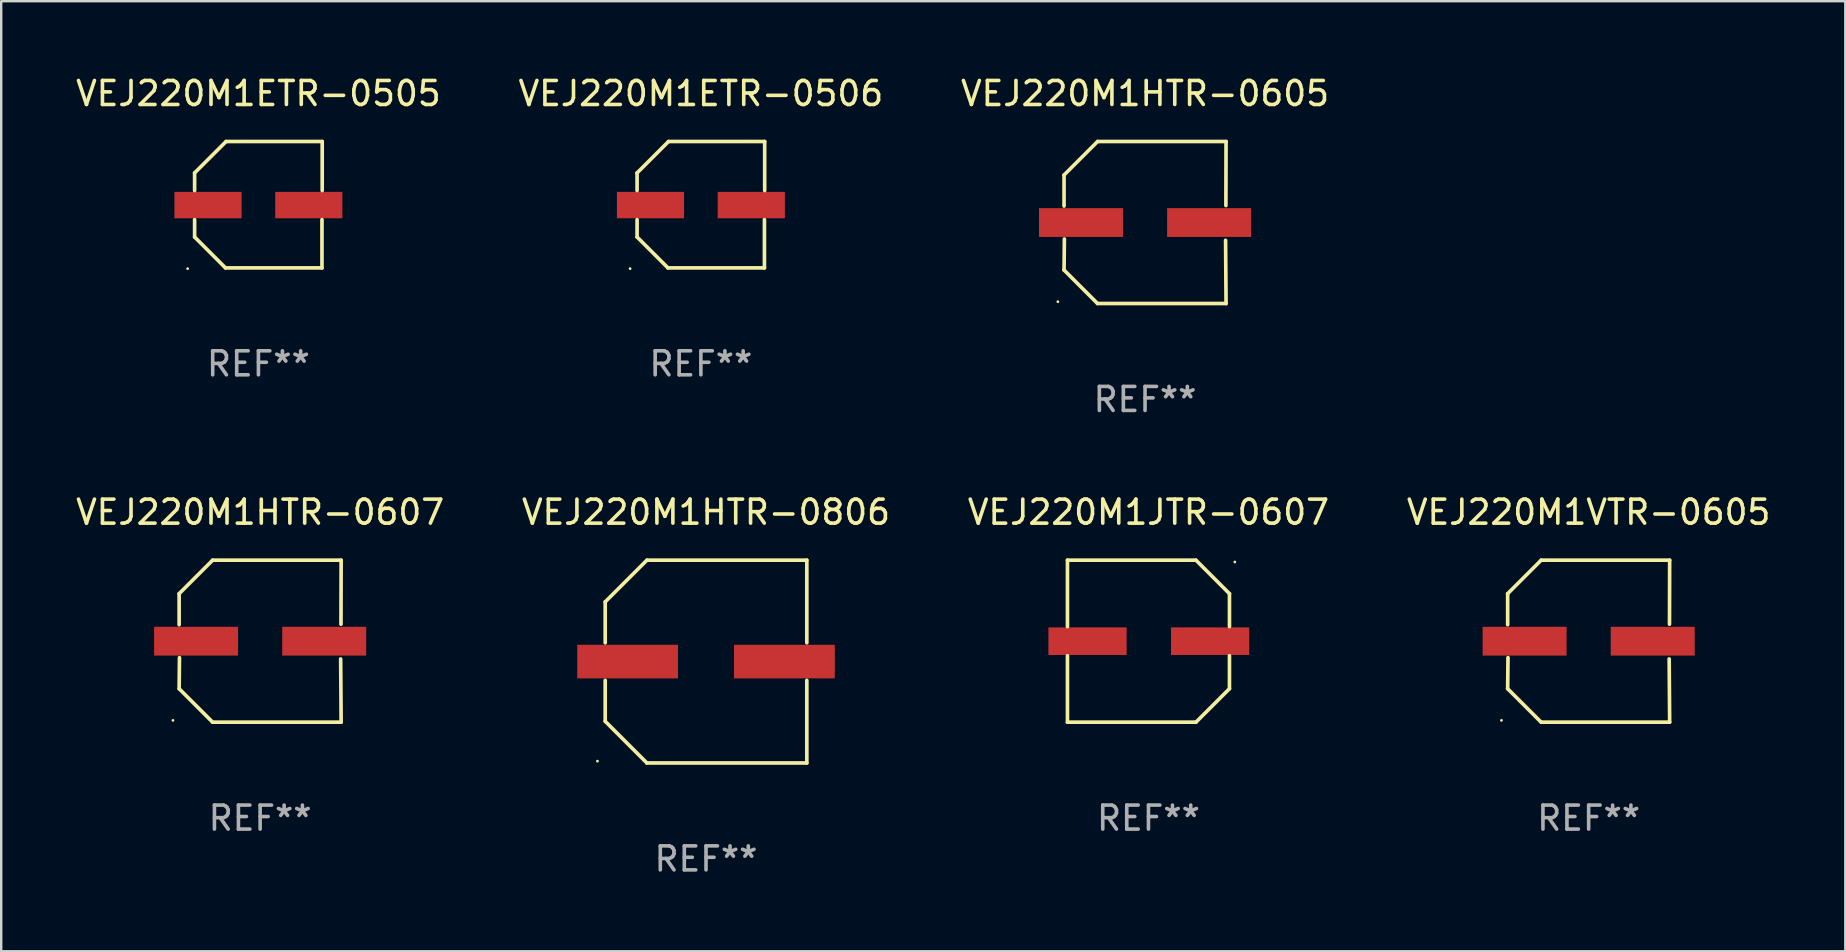
<source format=kicad_pcb>
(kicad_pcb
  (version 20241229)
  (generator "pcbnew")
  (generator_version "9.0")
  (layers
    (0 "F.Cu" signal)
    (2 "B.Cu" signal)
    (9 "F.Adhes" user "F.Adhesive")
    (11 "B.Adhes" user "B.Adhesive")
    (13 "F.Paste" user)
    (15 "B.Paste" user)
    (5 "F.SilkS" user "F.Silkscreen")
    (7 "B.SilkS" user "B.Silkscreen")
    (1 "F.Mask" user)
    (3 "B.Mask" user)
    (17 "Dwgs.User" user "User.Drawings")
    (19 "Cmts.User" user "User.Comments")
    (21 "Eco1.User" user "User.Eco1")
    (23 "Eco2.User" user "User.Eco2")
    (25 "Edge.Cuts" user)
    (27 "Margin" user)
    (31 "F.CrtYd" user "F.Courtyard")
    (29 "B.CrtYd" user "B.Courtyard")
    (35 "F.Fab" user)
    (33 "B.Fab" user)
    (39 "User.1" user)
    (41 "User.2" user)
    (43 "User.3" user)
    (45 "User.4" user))
  (footprint "VEJ220M1VTR-0605"
    (layer "F.Cu")
    (at 63.161 23.673)
    (property "Reference" "VEJ220M1VTR-0605" (at 0 -5.376 0) (layer "F.SilkS") (effects (font (size 1 1) (thickness 0.15))))
    (attr through_hole)
    (fp_line (start -3.376 -1.98) (end -3.376 -0.686) (stroke (width 0.152) (type solid)) (layer "F.SilkS"))
    (fp_line (start -3.376 1.981) (end -3.362 0.686) (stroke (width 0.152) (type solid)) (layer "F.SilkS"))
    (fp_line (start -1.981 3.376) (end -3.376 1.981) (stroke (width 0.152) (type solid)) (layer "F.SilkS"))
    (fp_line (start -1.98 -3.376) (end -3.376 -1.98) (stroke (width 0.152) (type solid)) (layer "F.SilkS"))
    (fp_line (start 3.356 0.74) (end 3.376 3.376) (stroke (width 0.152) (type solid)) (layer "F.SilkS"))
    (fp_line (start 3.369 -0.707) (end 3.376 -3.376) (stroke (width 0.152) (type solid)) (layer "F.SilkS"))
    (fp_line (start 3.376 3.376) (end -1.981 3.376) (stroke (width 0.152) (type solid)) (layer "F.SilkS"))
    (fp_line (start 3.376 -3.376) (end -1.98 -3.376) (stroke (width 0.152) (type solid)) (layer "F.SilkS"))
    (fp_circle (center -3.634 3.3) (end -3.604 3.3) (stroke (width 0.06) (type solid)) (fill no) (layer "F.SilkS"))
    (fp_text user "REF**" (at 0 7.376 0) (layer "F.Fab") (effects (font (size 1 1) (thickness 0.15))))
    (pad "1" smd rect (at -2.67 0.000254) (size 3.5 1.2) (layers "F.Cu" "F.Mask" "F.Paste"))
    (pad "2" smd rect (at 2.67 0.000254) (size 3.5 1.2) (layers "F.Cu" "F.Mask" "F.Paste")))
  (footprint "VEJ220M1HTR-0806"
    (layer "F.Cu")
    (at 26.375 24.523)
    (property "Reference" "VEJ220M1HTR-0806" (at 0 -6.226 0) (layer "F.SilkS") (effects (font (size 1 1) (thickness 0.15))))
    (attr through_hole)
    (fp_line (start -4.201 -2.49) (end -4.201 -0.782) (stroke (width 0.152) (type solid)) (layer "F.SilkS"))
    (fp_line (start -4.201 2.49) (end -4.201 0.782) (stroke (width 0.152) (type solid)) (layer "F.SilkS"))
    (fp_line (start -2.465 -4.226) (end -4.201 -2.49) (stroke (width 0.152) (type solid)) (layer "F.SilkS"))
    (fp_line (start -2.465 4.226) (end -4.201 2.49) (stroke (width 0.152) (type solid)) (layer "F.SilkS"))
    (fp_line (start 4.201 -4.226) (end -2.465 -4.226) (stroke (width 0.152) (type solid)) (layer "F.SilkS"))
    (fp_line (start 4.201 -0.782) (end 4.201 -4.226) (stroke (width 0.152) (type solid)) (layer "F.SilkS"))
    (fp_line (start 4.201 0.782) (end 4.201 4.226) (stroke (width 0.152) (type solid)) (layer "F.SilkS"))
    (fp_line (start 4.201 4.226) (end -2.465 4.226) (stroke (width 0.152) (type solid)) (layer "F.SilkS"))
    (fp_circle (center -4.524 4.15) (end -4.494 4.15) (stroke (width 0.06) (type solid)) (fill no) (layer "F.SilkS"))
    (fp_text user "REF**" (at 0 8.226 0) (layer "F.Fab") (effects (font (size 1 1) (thickness 0.15))))
    (pad "1" smd rect (at -3.267 0) (size 4.2 1.4) (layers "F.Cu" "F.Mask" "F.Paste"))
    (pad "2" smd rect (at 3.267 0) (size 4.2 1.4) (layers "F.Cu" "F.Mask" "F.Paste")))
  (footprint "VEJ220M1JTR-0607"
    (layer "F.Cu")
    (at 44.815 23.673)
    (property "Reference" "VEJ220M1JTR-0607" (at 0 -5.376 0) (layer "F.SilkS") (effects (font (size 1 1) (thickness 0.15))))
    (attr through_hole)
    (fp_line (start -3.376 -3.376) (end 1.98 -3.376) (stroke (width 0.152) (type solid)) (layer "F.SilkS"))
    (fp_line (start -3.376 -0.607) (end -3.376 -3.376) (stroke (width 0.152) (type solid)) (layer "F.SilkS"))
    (fp_line (start -3.376 0.607) (end -3.376 3.376) (stroke (width 0.152) (type solid)) (layer "F.SilkS"))
    (fp_line (start -3.376 3.376) (end 1.98 3.376) (stroke (width 0.152) (type solid)) (layer "F.SilkS"))
    (fp_line (start 1.98 -3.376) (end 3.376 -1.98) (stroke (width 0.152) (type solid)) (layer "F.SilkS"))
    (fp_line (start 1.98 3.376) (end 3.376 1.98) (stroke (width 0.152) (type solid)) (layer "F.SilkS"))
    (fp_line (start 3.376 -1.98) (end 3.376 -0.607) (stroke (width 0.152) (type solid)) (layer "F.SilkS"))
    (fp_line (start 3.376 1.98) (end 3.376 0.607) (stroke (width 0.152) (type solid)) (layer "F.SilkS"))
    (fp_circle (center 3.6 -3.3) (end 3.63 -3.3) (stroke (width 0.06) (type solid)) (fill no) (layer "F.SilkS"))
    (fp_text user "REF**" (at 0 7.376 0) (layer "F.Fab") (effects (font (size 1 1) (thickness 0.15))))
    (pad "1" smd rect (at 2.57 0 180) (size 3.26 1.15) (layers "F.Cu" "F.Mask" "F.Paste"))
    (pad "2" smd rect (at -2.54 0 180) (size 3.26 1.15) (layers "F.Cu" "F.Mask" "F.Paste")))
  (footprint "VEJ220M1HTR-0607"
    (layer "F.Cu")
    (at 7.792 23.673)
    (property "Reference" "VEJ220M1HTR-0607" (at 0 -5.376 0) (layer "F.SilkS") (effects (font (size 1 1) (thickness 0.15))))
    (attr through_hole)
    (fp_line (start -3.376 -1.98) (end -3.376 -0.686) (stroke (width 0.152) (type solid)) (layer "F.SilkS"))
    (fp_line (start -3.376 1.981) (end -3.362 0.686) (stroke (width 0.152) (type solid)) (layer "F.SilkS"))
    (fp_line (start -1.981 3.376) (end -3.376 1.981) (stroke (width 0.152) (type solid)) (layer "F.SilkS"))
    (fp_line (start -1.98 -3.376) (end -3.376 -1.98) (stroke (width 0.152) (type solid)) (layer "F.SilkS"))
    (fp_line (start 3.356 0.74) (end 3.376 3.376) (stroke (width 0.152) (type solid)) (layer "F.SilkS"))
    (fp_line (start 3.369 -0.707) (end 3.376 -3.376) (stroke (width 0.152) (type solid)) (layer "F.SilkS"))
    (fp_line (start 3.376 3.376) (end -1.981 3.376) (stroke (width 0.152) (type solid)) (layer "F.SilkS"))
    (fp_line (start 3.376 -3.376) (end -1.98 -3.376) (stroke (width 0.152) (type solid)) (layer "F.SilkS"))
    (fp_circle (center -3.634 3.3) (end -3.604 3.3) (stroke (width 0.06) (type solid)) (fill no) (layer "F.SilkS"))
    (fp_text user "REF**" (at 0 7.376 0) (layer "F.Fab") (effects (font (size 1 1) (thickness 0.15))))
    (pad "1" smd rect (at -2.67 0.000254) (size 3.5 1.2) (layers "F.Cu" "F.Mask" "F.Paste"))
    (pad "2" smd rect (at 2.67 0.000254) (size 3.5 1.2) (layers "F.Cu" "F.Mask" "F.Paste")))
  (footprint "VEJ220M1HTR-0605"
    (layer "F.Cu")
    (at 44.673 6.224)
    (property "Reference" "VEJ220M1HTR-0605" (at 0 -5.376 0) (layer "F.SilkS") (effects (font (size 1 1) (thickness 0.15))))
    (attr through_hole)
    (fp_line (start -3.376 -1.98) (end -3.376 -0.686) (stroke (width 0.152) (type solid)) (layer "F.SilkS"))
    (fp_line (start -3.376 1.981) (end -3.362 0.686) (stroke (width 0.152) (type solid)) (layer "F.SilkS"))
    (fp_line (start -1.981 3.376) (end -3.376 1.981) (stroke (width 0.152) (type solid)) (layer "F.SilkS"))
    (fp_line (start -1.98 -3.376) (end -3.376 -1.98) (stroke (width 0.152) (type solid)) (layer "F.SilkS"))
    (fp_line (start 3.356 0.74) (end 3.376 3.376) (stroke (width 0.152) (type solid)) (layer "F.SilkS"))
    (fp_line (start 3.369 -0.707) (end 3.376 -3.376) (stroke (width 0.152) (type solid)) (layer "F.SilkS"))
    (fp_line (start 3.376 3.376) (end -1.981 3.376) (stroke (width 0.152) (type solid)) (layer "F.SilkS"))
    (fp_line (start 3.376 -3.376) (end -1.98 -3.376) (stroke (width 0.152) (type solid)) (layer "F.SilkS"))
    (fp_circle (center -3.634 3.3) (end -3.604 3.3) (stroke (width 0.06) (type solid)) (fill no) (layer "F.SilkS"))
    (fp_text user "REF**" (at 0 7.376 0) (layer "F.Fab") (effects (font (size 1 1) (thickness 0.15))))
    (pad "1" smd rect (at -2.67 0.000254) (size 3.5 1.2) (layers "F.Cu" "F.Mask" "F.Paste"))
    (pad "2" smd rect (at 2.67 0.000254) (size 3.5 1.2) (layers "F.Cu" "F.Mask" "F.Paste")))
  (footprint "VEJ220M1ETR-0506"
    (layer "F.Cu")
    (at 26.161 5.482)
    (property "Reference" "VEJ220M1ETR-0506" (at 0 -4.634 0) (layer "F.SilkS") (effects (font (size 1 1) (thickness 0.15))))
    (attr through_hole)
    (fp_line (start -2.659 -1.326) (end -2.659 -0.592) (stroke (width 0.152) (type solid)) (layer "F.SilkS"))
    (fp_line (start -2.659 1.346) (end -2.659 0.622) (stroke (width 0.152) (type solid)) (layer "F.SilkS"))
    (fp_line (start -1.372 2.634) (end -2.659 1.346) (stroke (width 0.152) (type solid)) (layer "F.SilkS"))
    (fp_line (start -1.349 -2.634) (end -2.659 -1.326) (stroke (width 0.152) (type solid)) (layer "F.SilkS"))
    (fp_line (start 2.649 0.622) (end 2.649 2.634) (stroke (width 0.152) (type solid)) (layer "F.SilkS"))
    (fp_line (start 2.649 2.634) (end -1.372 2.634) (stroke (width 0.152) (type solid)) (layer "F.SilkS"))
    (fp_line (start 2.659 -2.634) (end -1.349 -2.634) (stroke (width 0.152) (type solid)) (layer "F.SilkS"))
    (fp_line (start 2.659 -0.592) (end 2.659 -2.634) (stroke (width 0.152) (type solid)) (layer "F.SilkS"))
    (fp_circle (center -2.95 2.665) (end -2.92 2.665) (stroke (width 0.06) (type solid)) (fill no) (layer "F.SilkS"))
    (fp_text user "REF**" (at 0 6.634 0) (layer "F.Fab") (effects (font (size 1 1) (thickness 0.15))))
    (pad "1" smd rect (at -2.1 0.015) (size 2.8 1.1) (layers "F.Cu" "F.Mask" "F.Paste"))
    (pad "2" smd rect (at 2.1 0.015) (size 2.8 1.1) (layers "F.Cu" "F.Mask" "F.Paste")))
  (footprint "VEJ220M1ETR-0505"
    (layer "F.Cu")
    (at 7.72 5.482)
    (property "Reference" "VEJ220M1ETR-0505" (at 0 -4.634 0) (layer "F.SilkS") (effects (font (size 1 1) (thickness 0.15))))
    (attr through_hole)
    (fp_line (start -2.659 -1.326) (end -2.659 -0.592) (stroke (width 0.152) (type solid)) (layer "F.SilkS"))
    (fp_line (start -2.659 1.346) (end -2.659 0.622) (stroke (width 0.152) (type solid)) (layer "F.SilkS"))
    (fp_line (start -1.372 2.634) (end -2.659 1.346) (stroke (width 0.152) (type solid)) (layer "F.SilkS"))
    (fp_line (start -1.349 -2.634) (end -2.659 -1.326) (stroke (width 0.152) (type solid)) (layer "F.SilkS"))
    (fp_line (start 2.649 0.622) (end 2.649 2.634) (stroke (width 0.152) (type solid)) (layer "F.SilkS"))
    (fp_line (start 2.649 2.634) (end -1.372 2.634) (stroke (width 0.152) (type solid)) (layer "F.SilkS"))
    (fp_line (start 2.659 -2.634) (end -1.349 -2.634) (stroke (width 0.152) (type solid)) (layer "F.SilkS"))
    (fp_line (start 2.659 -0.592) (end 2.659 -2.634) (stroke (width 0.152) (type solid)) (layer "F.SilkS"))
    (fp_circle (center -2.95 2.665) (end -2.92 2.665) (stroke (width 0.06) (type solid)) (fill no) (layer "F.SilkS"))
    (fp_text user "REF**" (at 0 6.634 0) (layer "F.Fab") (effects (font (size 1 1) (thickness 0.15))))
    (pad "1" smd rect (at -2.1 0.015) (size 2.8 1.1) (layers "F.Cu" "F.Mask" "F.Paste"))
    (pad "2" smd rect (at 2.1 0.015) (size 2.8 1.1) (layers "F.Cu" "F.Mask" "F.Paste")))
  (gr_rect
    (start -3 -3)
    (end 73.857 36.597)
    (stroke (width 0.1) (type default))
    (fill no)
    (layer "Edge.Cuts")))
</source>
